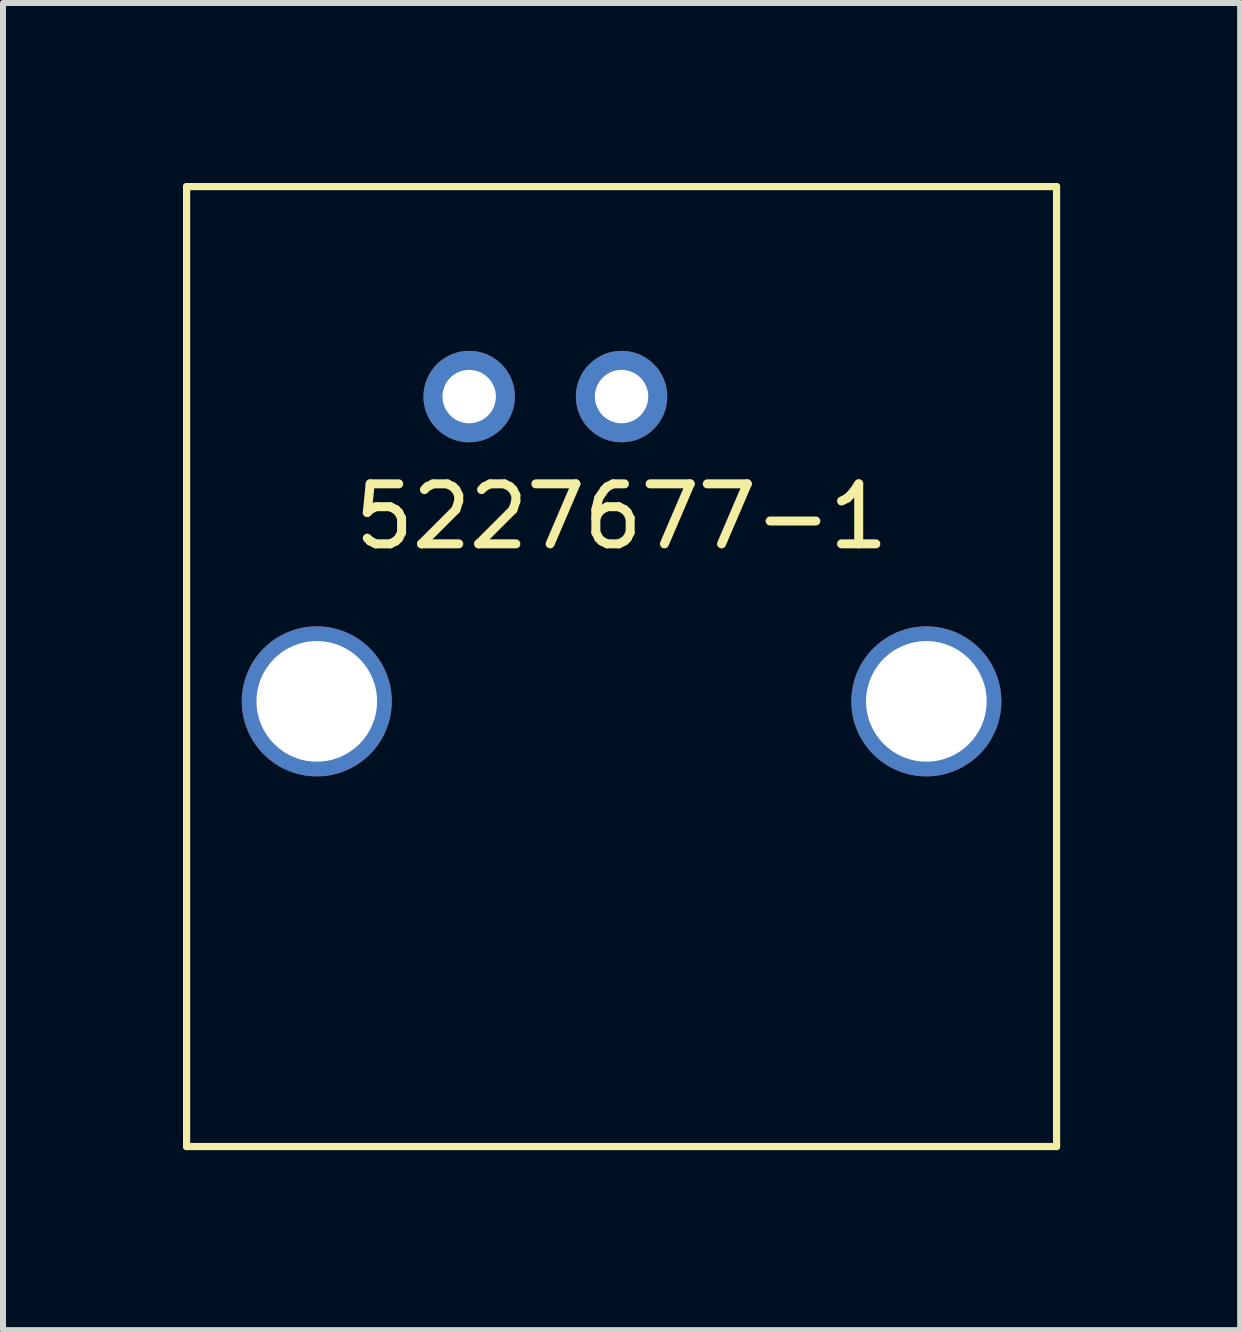
<source format=kicad_pcb>
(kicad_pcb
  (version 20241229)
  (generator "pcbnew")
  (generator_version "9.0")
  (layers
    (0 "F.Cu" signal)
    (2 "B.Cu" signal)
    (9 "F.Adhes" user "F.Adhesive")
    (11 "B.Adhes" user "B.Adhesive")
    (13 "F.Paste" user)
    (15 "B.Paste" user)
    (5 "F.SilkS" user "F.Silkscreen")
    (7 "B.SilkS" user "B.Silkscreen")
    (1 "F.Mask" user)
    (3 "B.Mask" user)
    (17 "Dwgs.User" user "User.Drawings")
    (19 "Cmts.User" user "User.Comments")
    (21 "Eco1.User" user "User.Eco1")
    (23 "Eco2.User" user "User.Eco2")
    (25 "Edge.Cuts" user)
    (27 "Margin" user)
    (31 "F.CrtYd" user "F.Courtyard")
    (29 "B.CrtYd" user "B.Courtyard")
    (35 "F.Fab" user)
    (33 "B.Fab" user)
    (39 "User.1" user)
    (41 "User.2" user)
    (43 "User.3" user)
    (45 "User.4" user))
  (footprint "5227677-1"
    (layer "F.Cu")
    (at 7.31 3.56)
    (property "Reference" "5227677-1" (at 0 2 0) (layer "F.SilkS") (effects (font (size 1 1) (thickness 0.15))))
    (attr through_hole)
    (fp_line (start -7.25 -3.5) (end 7.25 -3.5) (stroke (width 0.12) (type solid)) (layer "F.SilkS"))
    (fp_line (start -7.25 12.5) (end -7.25 -3.5) (stroke (width 0.12) (type solid)) (layer "F.SilkS"))
    (fp_line (start 7.25 -3.5) (end 7.25 12.5) (stroke (width 0.12) (type solid)) (layer "F.SilkS"))
    (fp_line (start 7.25 12.5) (end -7.25 12.5) (stroke (width 0.12) (type solid)) (layer "F.SilkS"))
    (pad "" thru_hole circle (at -5.08 5.08) (size 2.5 2.5) (drill 2.01) (layers "*.Cu" "*.Mask"))
    (pad "" thru_hole circle (at 5.08 5.08) (size 2.5 2.5) (drill 2.01) (layers "*.Cu" "*.Mask"))
    (pad "1" thru_hole circle (at 0 0) (size 1.524 1.524) (drill 0.89) (layers "*.Cu" "*.Mask"))
    (pad "2" thru_hole circle (at -2.54 0) (size 1.524 1.524) (drill 0.89) (layers "*.Cu" "*.Mask")))
  (gr_rect
    (start -3 -3)
    (end 17.62 19.12)
    (stroke (width 0.1) (type default))
    (fill no)
    (layer "Edge.Cuts")))
</source>
